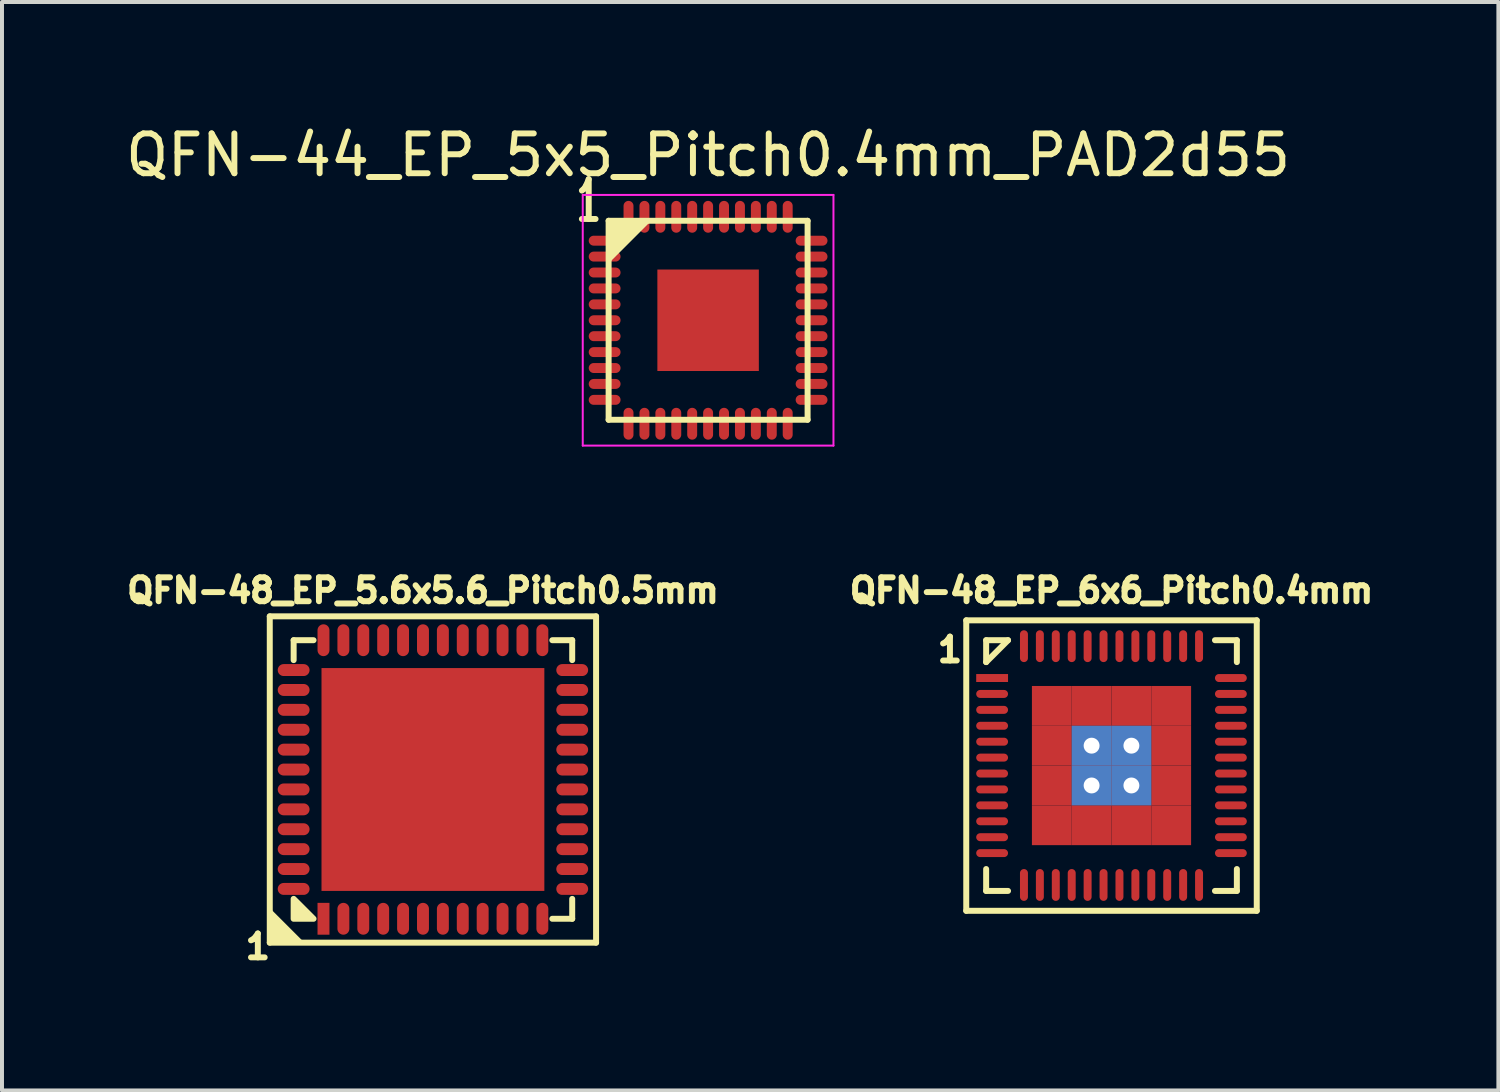
<source format=kicad_pcb>
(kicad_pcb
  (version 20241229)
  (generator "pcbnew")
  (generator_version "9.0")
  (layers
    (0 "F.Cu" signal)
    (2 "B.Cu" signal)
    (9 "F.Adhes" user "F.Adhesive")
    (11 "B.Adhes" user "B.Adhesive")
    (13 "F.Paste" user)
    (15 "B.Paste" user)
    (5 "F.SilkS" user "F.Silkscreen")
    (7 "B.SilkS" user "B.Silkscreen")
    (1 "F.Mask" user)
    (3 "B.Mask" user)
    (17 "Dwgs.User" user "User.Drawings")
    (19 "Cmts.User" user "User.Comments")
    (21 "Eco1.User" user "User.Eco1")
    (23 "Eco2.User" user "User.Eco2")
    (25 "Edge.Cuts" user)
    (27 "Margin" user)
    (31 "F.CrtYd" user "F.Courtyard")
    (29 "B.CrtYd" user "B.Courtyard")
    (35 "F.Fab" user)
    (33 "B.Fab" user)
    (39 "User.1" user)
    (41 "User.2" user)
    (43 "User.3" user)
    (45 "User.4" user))
  (footprint "QFN-48_EP_5.6x5.6_Pitch0.5mm"
    (layer "F.Cu")
    (at 7.829 16.538)
    (property "Reference" "QFN-48_EP_5.6x5.6_Pitch0.5mm" (at -0.25 -4.75 0) (layer "F.SilkS") (effects (font (size 0.6 0.6) (thickness 0.15))))
    (attr through_hole)
    (fp_line (start -4.1 -4.1) (end 4.1 -4.1) (stroke (width 0.15) (type solid)) (layer "F.SilkS"))
    (fp_line (start -4.1 4.1) (end -4.1 -4.1) (stroke (width 0.15) (type solid)) (layer "F.SilkS"))
    (fp_line (start -3.5 -3.5) (end -3 -3.5) (stroke (width 0.15) (type solid)) (layer "F.SilkS"))
    (fp_line (start -3.5 -3) (end -3.5 -3.5) (stroke (width 0.15) (type solid)) (layer "F.SilkS"))
    (fp_line (start 3 -3.5) (end 3.5 -3.5) (stroke (width 0.15) (type solid)) (layer "F.SilkS"))
    (fp_line (start 3.5 -3.5) (end 3.5 -3) (stroke (width 0.15) (type solid)) (layer "F.SilkS"))
    (fp_line (start 3.5 3) (end 3.5 3.5) (stroke (width 0.15) (type solid)) (layer "F.SilkS"))
    (fp_line (start 3.5 3.5) (end 3 3.5) (stroke (width 0.15) (type solid)) (layer "F.SilkS"))
    (fp_line (start 4.1 -4.1) (end 4.1 4.1) (stroke (width 0.15) (type solid)) (layer "F.SilkS"))
    (fp_line (start 4.1 4.1) (end -4.1 4.1) (stroke (width 0.15) (type solid)) (layer "F.SilkS"))
    (fp_poly (pts (xy -3.5 3) (xy -3 3.5) (xy -3.5 3.5)) (stroke (width 0.15) (type solid)) (fill yes) (layer "F.SilkS"))
    (fp_poly (pts (xy -4.1 4.1) (xy -4.1 3.3) (xy -3.3 4.1) (xy -3.9 4.1)) (stroke (width 0.1) (type solid)) (fill yes) (layer "F.SilkS"))
    (fp_text user "1" (at -4.4 4.2 0) (layer "F.SilkS") (effects (font (size 0.6 0.6) (thickness 0.15))))
    (pad "1" smd rect (at -2.75 3.5) (size 0.3 0.8) (layers "F.Cu" "F.Mask" "F.Paste"))
    (pad "2" smd oval (at -2.25 3.5) (size 0.3 0.8) (layers "F.Cu" "F.Mask" "F.Paste"))
    (pad "3" smd oval (at -1.75 3.5) (size 0.3 0.8) (layers "F.Cu" "F.Mask" "F.Paste"))
    (pad "4" smd oval (at -1.25 3.5) (size 0.3 0.8) (layers "F.Cu" "F.Mask" "F.Paste"))
    (pad "5" smd oval (at -0.75 3.5) (size 0.3 0.8) (layers "F.Cu" "F.Mask" "F.Paste"))
    (pad "6" smd oval (at -0.25 3.5) (size 0.3 0.8) (layers "F.Cu" "F.Mask" "F.Paste"))
    (pad "7" smd oval (at 0.25 3.5) (size 0.3 0.8) (layers "F.Cu" "F.Mask" "F.Paste"))
    (pad "8" smd oval (at 0.75 3.5) (size 0.3 0.8) (layers "F.Cu" "F.Mask" "F.Paste"))
    (pad "9" smd oval (at 1.25 3.5) (size 0.3 0.8) (layers "F.Cu" "F.Mask" "F.Paste"))
    (pad "10" smd oval (at 1.75 3.5) (size 0.3 0.8) (layers "F.Cu" "F.Mask" "F.Paste"))
    (pad "11" smd oval (at 2.25 3.5) (size 0.3 0.8) (layers "F.Cu" "F.Mask" "F.Paste"))
    (pad "12" smd oval (at 2.75 3.5) (size 0.3 0.8) (layers "F.Cu" "F.Mask" "F.Paste"))
    (pad "13" smd oval (at 3.5 2.75 90) (size 0.3 0.8) (layers "F.Cu" "F.Mask" "F.Paste"))
    (pad "14" smd oval (at 3.5 2.25 90) (size 0.3 0.8) (layers "F.Cu" "F.Mask" "F.Paste"))
    (pad "15" smd oval (at 3.5 1.75 90) (size 0.3 0.8) (layers "F.Cu" "F.Mask" "F.Paste"))
    (pad "16" smd oval (at 3.5 1.25 90) (size 0.3 0.8) (layers "F.Cu" "F.Mask" "F.Paste"))
    (pad "17" smd oval (at 3.5 0.75 90) (size 0.3 0.8) (layers "F.Cu" "F.Mask" "F.Paste"))
    (pad "18" smd oval (at 3.5 0.25 90) (size 0.3 0.8) (layers "F.Cu" "F.Mask" "F.Paste"))
    (pad "19" smd oval (at 3.5 -0.25 90) (size 0.3 0.8) (layers "F.Cu" "F.Mask" "F.Paste"))
    (pad "20" smd oval (at 3.5 -0.75 90) (size 0.3 0.8) (layers "F.Cu" "F.Mask" "F.Paste"))
    (pad "21" smd oval (at 3.5 -1.25 90) (size 0.3 0.8) (layers "F.Cu" "F.Mask" "F.Paste"))
    (pad "22" smd oval (at 3.5 -1.75 90) (size 0.3 0.8) (layers "F.Cu" "F.Mask" "F.Paste"))
    (pad "23" smd oval (at 3.5 -2.25 90) (size 0.3 0.8) (layers "F.Cu" "F.Mask" "F.Paste"))
    (pad "24" smd oval (at 3.5 -2.75 90) (size 0.3 0.8) (layers "F.Cu" "F.Mask" "F.Paste"))
    (pad "25" smd oval (at 2.75 -3.5) (size 0.3 0.8) (layers "F.Cu" "F.Mask" "F.Paste"))
    (pad "26" smd oval (at 2.25 -3.5) (size 0.3 0.8) (layers "F.Cu" "F.Mask" "F.Paste"))
    (pad "27" smd oval (at 1.75 -3.5) (size 0.3 0.8) (layers "F.Cu" "F.Mask" "F.Paste"))
    (pad "28" smd oval (at 1.25 -3.5) (size 0.3 0.8) (layers "F.Cu" "F.Mask" "F.Paste"))
    (pad "29" smd oval (at 0.75 -3.5) (size 0.3 0.8) (layers "F.Cu" "F.Mask" "F.Paste"))
    (pad "30" smd oval (at 0.25 -3.5) (size 0.3 0.8) (layers "F.Cu" "F.Mask" "F.Paste"))
    (pad "31" smd oval (at -0.25 -3.5) (size 0.3 0.8) (layers "F.Cu" "F.Mask" "F.Paste"))
    (pad "32" smd oval (at -0.75 -3.5) (size 0.3 0.8) (layers "F.Cu" "F.Mask" "F.Paste"))
    (pad "33" smd oval (at -1.25 -3.5) (size 0.3 0.8) (layers "F.Cu" "F.Mask" "F.Paste"))
    (pad "34" smd oval (at -1.75 -3.5) (size 0.3 0.8) (layers "F.Cu" "F.Mask" "F.Paste"))
    (pad "35" smd oval (at -2.25 -3.5) (size 0.3 0.8) (layers "F.Cu" "F.Mask" "F.Paste"))
    (pad "36" smd oval (at -2.75 -3.5) (size 0.3 0.8) (layers "F.Cu" "F.Mask" "F.Paste"))
    (pad "37" smd oval (at -3.5 -2.75 90) (size 0.3 0.8) (layers "F.Cu" "F.Mask" "F.Paste"))
    (pad "38" smd oval (at -3.5 -2.25 90) (size 0.3 0.8) (layers "F.Cu" "F.Mask" "F.Paste"))
    (pad "39" smd oval (at -3.5 -1.75 90) (size 0.3 0.8) (layers "F.Cu" "F.Mask" "F.Paste"))
    (pad "40" smd oval (at -3.5 -1.25 90) (size 0.3 0.8) (layers "F.Cu" "F.Mask" "F.Paste"))
    (pad "41" smd oval (at -3.5 -0.75 90) (size 0.3 0.8) (layers "F.Cu" "F.Mask" "F.Paste"))
    (pad "42" smd oval (at -3.5 -0.25 90) (size 0.3 0.8) (layers "F.Cu" "F.Mask" "F.Paste"))
    (pad "43" smd oval (at -3.5 0.25 90) (size 0.3 0.8) (layers "F.Cu" "F.Mask" "F.Paste"))
    (pad "44" smd oval (at -3.5 0.75 90) (size 0.3 0.8) (layers "F.Cu" "F.Mask" "F.Paste"))
    (pad "45" smd oval (at -3.5 1.25 90) (size 0.3 0.8) (layers "F.Cu" "F.Mask" "F.Paste"))
    (pad "46" smd oval (at -3.5 1.75 90) (size 0.3 0.8) (layers "F.Cu" "F.Mask" "F.Paste"))
    (pad "47" smd oval (at -3.5 2.25 90) (size 0.3 0.8) (layers "F.Cu" "F.Mask" "F.Paste"))
    (pad "48" smd oval (at -3.5 2.75 90) (size 0.3 0.8) (layers "F.Cu" "F.Mask" "F.Paste"))
    (pad "PAD" smd rect (at 0 0) (size 5.6 5.6) (layers "F.Cu" "F.Mask" "F.Paste")))
  (footprint "QFN-48_EP_6x6_Pitch0.4mm"
    (layer "F.Cu")
    (at 24.881 16.188)
    (property "Reference" "QFN-48_EP_6x6_Pitch0.4mm" (at 0 -4.4 0) (layer "F.SilkS") (effects (font (size 0.6 0.6) (thickness 0.15))))
    (attr smd)
    (fp_line (start -3.65 -3.65) (end 3.65 -3.65) (stroke (width 0.15) (type solid)) (layer "F.SilkS"))
    (fp_line (start -3.65 3.65) (end -3.65 -3.65) (stroke (width 0.15) (type solid)) (layer "F.SilkS"))
    (fp_line (start -3.15 -3.15) (end -2.6 -3.15) (stroke (width 0.15) (type solid)) (layer "F.SilkS"))
    (fp_line (start -3.15 -2.6) (end -3.15 -3.15) (stroke (width 0.15) (type solid)) (layer "F.SilkS"))
    (fp_line (start -3.15 3.15) (end -3.15 2.6) (stroke (width 0.15) (type solid)) (layer "F.SilkS"))
    (fp_line (start -2.6 -3.15) (end -3.15 -2.6) (stroke (width 0.15) (type solid)) (layer "F.SilkS"))
    (fp_line (start -2.6 3.15) (end -3.15 3.15) (stroke (width 0.15) (type solid)) (layer "F.SilkS"))
    (fp_line (start 2.6 -3.15) (end 3.15 -3.15) (stroke (width 0.15) (type solid)) (layer "F.SilkS"))
    (fp_line (start 2.6 3.15) (end 3.15 3.15) (stroke (width 0.15) (type solid)) (layer "F.SilkS"))
    (fp_line (start 3.15 -3.15) (end 3.15 -2.6) (stroke (width 0.15) (type solid)) (layer "F.SilkS"))
    (fp_line (start 3.15 3.15) (end 3.15 2.6) (stroke (width 0.15) (type solid)) (layer "F.SilkS"))
    (fp_line (start 3.65 -3.65) (end 3.65 3.65) (stroke (width 0.15) (type solid)) (layer "F.SilkS"))
    (fp_line (start 3.65 3.65) (end -3.65 3.65) (stroke (width 0.15) (type solid)) (layer "F.SilkS"))
    (fp_text user "1" (at -4.06 -2.91 0) (layer "F.SilkS") (effects (font (size 0.6 0.6) (thickness 0.15))))
    (pad "1" smd rect (at -3 -2.2 90) (size 0.2 0.8) (layers "F.Cu" "F.Mask" "F.Paste"))
    (pad "2" smd oval (at -3 -1.8 90) (size 0.2 0.8) (layers "F.Cu" "F.Mask" "F.Paste"))
    (pad "3" smd oval (at -3 -1.4 90) (size 0.2 0.8) (layers "F.Cu" "F.Mask" "F.Paste"))
    (pad "4" smd oval (at -3 -1 90) (size 0.2 0.8) (layers "F.Cu" "F.Mask" "F.Paste"))
    (pad "5" smd oval (at -3 -0.6 90) (size 0.2 0.8) (layers "F.Cu" "F.Mask" "F.Paste"))
    (pad "6" smd oval (at -3 -0.2 90) (size 0.2 0.8) (layers "F.Cu" "F.Mask" "F.Paste"))
    (pad "7" smd oval (at -3 0.2 90) (size 0.2 0.8) (layers "F.Cu" "F.Mask" "F.Paste"))
    (pad "8" smd oval (at -3 0.6 90) (size 0.2 0.8) (layers "F.Cu" "F.Mask" "F.Paste"))
    (pad "9" smd oval (at -3 1 90) (size 0.2 0.8) (layers "F.Cu" "F.Mask" "F.Paste"))
    (pad "10" smd oval (at -3 1.4 90) (size 0.2 0.8) (layers "F.Cu" "F.Mask" "F.Paste"))
    (pad "11" smd oval (at -3 1.8 90) (size 0.2 0.8) (layers "F.Cu" "F.Mask" "F.Paste"))
    (pad "12" smd oval (at -3 2.2 90) (size 0.2 0.8) (layers "F.Cu" "F.Mask" "F.Paste"))
    (pad "13" smd oval (at -2.2 3) (size 0.2 0.8) (layers "F.Cu" "F.Mask" "F.Paste"))
    (pad "14" smd oval (at -1.8 3) (size 0.2 0.8) (layers "F.Cu" "F.Mask" "F.Paste"))
    (pad "15" smd oval (at -1.4 3) (size 0.2 0.8) (layers "F.Cu" "F.Mask" "F.Paste"))
    (pad "16" smd oval (at -1 3) (size 0.2 0.8) (layers "F.Cu" "F.Mask" "F.Paste"))
    (pad "17" smd oval (at -0.6 3) (size 0.2 0.8) (layers "F.Cu" "F.Mask" "F.Paste"))
    (pad "18" smd oval (at -0.2 3) (size 0.2 0.8) (layers "F.Cu" "F.Mask" "F.Paste"))
    (pad "19" smd oval (at 0.2 3) (size 0.2 0.8) (layers "F.Cu" "F.Mask" "F.Paste"))
    (pad "20" smd oval (at 0.6 3) (size 0.2 0.8) (layers "F.Cu" "F.Mask" "F.Paste"))
    (pad "21" smd oval (at 1 3) (size 0.2 0.8) (layers "F.Cu" "F.Mask" "F.Paste"))
    (pad "22" smd oval (at 1.4 3) (size 0.2 0.8) (layers "F.Cu" "F.Mask" "F.Paste"))
    (pad "23" smd oval (at 1.8 3) (size 0.2 0.8) (layers "F.Cu" "F.Mask" "F.Paste"))
    (pad "24" smd oval (at 2.2 3) (size 0.2 0.8) (layers "F.Cu" "F.Mask" "F.Paste"))
    (pad "25" smd oval (at 3 2.2 90) (size 0.2 0.8) (layers "F.Cu" "F.Mask" "F.Paste"))
    (pad "26" smd oval (at 3 1.8 90) (size 0.2 0.8) (layers "F.Cu" "F.Mask" "F.Paste"))
    (pad "27" smd oval (at 3 1.4 90) (size 0.2 0.8) (layers "F.Cu" "F.Mask" "F.Paste"))
    (pad "28" smd oval (at 3 1 90) (size 0.2 0.8) (layers "F.Cu" "F.Mask" "F.Paste"))
    (pad "29" smd oval (at 3 0.6 90) (size 0.2 0.8) (layers "F.Cu" "F.Mask" "F.Paste"))
    (pad "30" smd oval (at 3 0.2 90) (size 0.2 0.8) (layers "F.Cu" "F.Mask" "F.Paste"))
    (pad "31" smd oval (at 3 -0.2 90) (size 0.2 0.8) (layers "F.Cu" "F.Mask" "F.Paste"))
    (pad "32" smd oval (at 3 -0.6 90) (size 0.2 0.8) (layers "F.Cu" "F.Mask" "F.Paste"))
    (pad "33" smd oval (at 3 -1 90) (size 0.2 0.8) (layers "F.Cu" "F.Mask" "F.Paste"))
    (pad "34" smd oval (at 3 -1.4 90) (size 0.2 0.8) (layers "F.Cu" "F.Mask" "F.Paste"))
    (pad "35" smd oval (at 3 -1.8 90) (size 0.2 0.8) (layers "F.Cu" "F.Mask" "F.Paste"))
    (pad "36" smd oval (at 3 -2.2 90) (size 0.2 0.8) (layers "F.Cu" "F.Mask" "F.Paste"))
    (pad "37" smd oval (at 2.2 -3) (size 0.2 0.8) (layers "F.Cu" "F.Mask" "F.Paste"))
    (pad "38" smd oval (at 1.8 -3) (size 0.2 0.8) (layers "F.Cu" "F.Mask" "F.Paste"))
    (pad "39" smd oval (at 1.4 -3) (size 0.2 0.8) (layers "F.Cu" "F.Mask" "F.Paste"))
    (pad "40" smd oval (at 1 -3) (size 0.2 0.8) (layers "F.Cu" "F.Mask" "F.Paste"))
    (pad "41" smd oval (at 0.6 -3) (size 0.2 0.8) (layers "F.Cu" "F.Mask" "F.Paste"))
    (pad "42" smd oval (at 0.2 -3) (size 0.2 0.8) (layers "F.Cu" "F.Mask" "F.Paste"))
    (pad "43" smd oval (at -0.2 -3) (size 0.2 0.8) (layers "F.Cu" "F.Mask" "F.Paste"))
    (pad "44" smd oval (at -0.6 -3) (size 0.2 0.8) (layers "F.Cu" "F.Mask" "F.Paste"))
    (pad "45" smd oval (at -1 -3) (size 0.2 0.8) (layers "F.Cu" "F.Mask" "F.Paste"))
    (pad "46" smd oval (at -1.4 -3) (size 0.2 0.8) (layers "F.Cu" "F.Mask" "F.Paste"))
    (pad "47" smd oval (at -1.8 -3) (size 0.2 0.8) (layers "F.Cu" "F.Mask" "F.Paste"))
    (pad "48" smd oval (at -2.2 -3) (size 0.2 0.8) (layers "F.Cu" "F.Mask" "F.Paste"))
    (pad "PAD" smd rect (at -1.5 -1.5) (size 1 1) (layers "F.Cu" "F.Mask" "F.Paste"))
    (pad "PAD" smd rect (at -1.5 -0.5) (size 1 1) (layers "F.Cu" "F.Mask" "F.Paste"))
    (pad "PAD" smd rect (at -1.5 0.5) (size 1 1) (layers "F.Cu" "F.Mask" "F.Paste"))
    (pad "PAD" smd rect (at -1.5 1.5) (size 1 1) (layers "F.Cu" "F.Mask" "F.Paste"))
    (pad "PAD" smd rect (at -0.5 -1.5) (size 1 1) (layers "F.Cu" "F.Mask" "F.Paste"))
    (pad "PAD" thru_hole rect (at -0.5 -0.5) (size 1 1) (drill 0.4) (layers "*.Cu" "F.Mask"))
    (pad "PAD" thru_hole rect (at -0.5 0.5) (size 1 1) (drill 0.4) (layers "*.Cu" "F.Mask"))
    (pad "PAD" smd rect (at -0.5 1.5) (size 1 1) (layers "F.Cu" "F.Mask" "F.Paste"))
    (pad "PAD" smd rect (at 0.5 -1.5) (size 1 1) (layers "F.Cu" "F.Mask" "F.Paste"))
    (pad "PAD" thru_hole rect (at 0.5 -0.5) (size 1 1) (drill 0.4) (layers "*.Cu" "F.Mask"))
    (pad "PAD" thru_hole rect (at 0.5 0.5) (size 1 1) (drill 0.4) (layers "*.Cu" "F.Mask"))
    (pad "PAD" smd rect (at 0.5 1.5) (size 1 1) (layers "F.Cu" "F.Mask" "F.Paste"))
    (pad "PAD" smd rect (at 1.5 -1.5) (size 1 1) (layers "F.Cu" "F.Mask" "F.Paste"))
    (pad "PAD" smd rect (at 1.5 -0.5) (size 1 1) (layers "F.Cu" "F.Mask" "F.Paste"))
    (pad "PAD" smd rect (at 1.5 0.5) (size 1 1) (layers "F.Cu" "F.Mask" "F.Paste"))
    (pad "PAD" smd rect (at 1.5 1.5) (size 1 1) (layers "F.Cu" "F.Mask" "F.Paste")))
  (footprint "QFN-44_EP_5x5_Pitch0.4mm_PAD2d55"
    (layer "F.Cu")
    (at 14.744 4.998)
    (property "Reference" "QFN-44_EP_5x5_Pitch0.4mm_PAD2d55" (at 0 -4.15 0) (layer "F.SilkS") (effects (font (size 1 1) (thickness 0.15))))
    (attr smd)
    (fp_line (start -2.5 -2.5) (end -2.5 2.5) (stroke (width 0.15) (type solid)) (layer "F.SilkS"))
    (fp_line (start -2.5 2.5) (end 2.5 2.5) (stroke (width 0.15) (type solid)) (layer "F.SilkS"))
    (fp_line (start 2.5 -2.5) (end -2.5 -2.5) (stroke (width 0.15) (type solid)) (layer "F.SilkS"))
    (fp_line (start 2.5 2.5) (end 2.5 -2.5) (stroke (width 0.15) (type solid)) (layer "F.SilkS"))
    (fp_poly (pts (xy -2.5 -1.5) (xy -2.5 -2.5) (xy -1.5 -2.5)) (stroke (width 0.1) (type solid)) (fill yes) (layer "F.SilkS"))
    (fp_line (start -3.15 -3.15) (end 3.15 -3.15) (stroke (width 0.05) (type solid)) (layer "F.CrtYd"))
    (fp_line (start -3.15 3.15) (end -3.15 -3.15) (stroke (width 0.05) (type solid)) (layer "F.CrtYd"))
    (fp_line (start 3.15 -3.15) (end 3.15 3.15) (stroke (width 0.05) (type solid)) (layer "F.CrtYd"))
    (fp_line (start 3.15 3.15) (end -3.15 3.15) (stroke (width 0.05) (type solid)) (layer "F.CrtYd"))
    (fp_text user "1" (at -3 -3 0) (unlocked yes) (layer "F.SilkS") (effects (font (size 1 0.6) (thickness 0.15))))
    (pad "1" smd oval (at -2.6 -2 90) (size 0.25 0.8) (layers "F.Cu" "F.Mask" "F.Paste"))
    (pad "2" smd oval (at -2.6 -1.6 90) (size 0.25 0.8) (layers "F.Cu" "F.Mask" "F.Paste"))
    (pad "3" smd oval (at -2.6 -1.2 90) (size 0.25 0.8) (layers "F.Cu" "F.Mask" "F.Paste"))
    (pad "4" smd oval (at -2.6 -0.8 90) (size 0.25 0.8) (layers "F.Cu" "F.Mask" "F.Paste"))
    (pad "5" smd oval (at -2.6 -0.4 90) (size 0.25 0.8) (layers "F.Cu" "F.Mask" "F.Paste"))
    (pad "6" smd oval (at -2.6 0 90) (size 0.25 0.8) (layers "F.Cu" "F.Mask" "F.Paste"))
    (pad "7" smd oval (at -2.6 0.4 90) (size 0.25 0.8) (layers "F.Cu" "F.Mask" "F.Paste"))
    (pad "8" smd oval (at -2.6 0.8 90) (size 0.25 0.8) (layers "F.Cu" "F.Mask" "F.Paste"))
    (pad "9" smd oval (at -2.6 1.2 90) (size 0.25 0.8) (layers "F.Cu" "F.Mask" "F.Paste"))
    (pad "10" smd oval (at -2.6 1.6 90) (size 0.25 0.8) (layers "F.Cu" "F.Mask" "F.Paste"))
    (pad "11" smd oval (at -2.6 2 90) (size 0.25 0.8) (layers "F.Cu" "F.Mask" "F.Paste"))
    (pad "12" smd oval (at -2 2.6) (size 0.25 0.8) (layers "F.Cu" "F.Mask" "F.Paste"))
    (pad "13" smd oval (at -1.6 2.6) (size 0.25 0.8) (layers "F.Cu" "F.Mask" "F.Paste"))
    (pad "14" smd oval (at -1.2 2.6) (size 0.25 0.8) (layers "F.Cu" "F.Mask" "F.Paste"))
    (pad "15" smd oval (at -0.8 2.6) (size 0.25 0.8) (layers "F.Cu" "F.Mask" "F.Paste"))
    (pad "16" smd oval (at -0.4 2.6) (size 0.25 0.8) (layers "F.Cu" "F.Mask" "F.Paste"))
    (pad "17" smd oval (at 0 2.6) (size 0.25 0.8) (layers "F.Cu" "F.Mask" "F.Paste"))
    (pad "18" smd oval (at 0.4 2.6) (size 0.25 0.8) (layers "F.Cu" "F.Mask" "F.Paste"))
    (pad "19" smd oval (at 0.8 2.6) (size 0.25 0.8) (layers "F.Cu" "F.Mask" "F.Paste"))
    (pad "20" smd oval (at 1.2 2.6) (size 0.25 0.8) (layers "F.Cu" "F.Mask" "F.Paste"))
    (pad "21" smd oval (at 1.6 2.6) (size 0.25 0.8) (layers "F.Cu" "F.Mask" "F.Paste"))
    (pad "22" smd oval (at 2 2.6) (size 0.25 0.8) (layers "F.Cu" "F.Mask" "F.Paste"))
    (pad "23" smd oval (at 2.6 2 90) (size 0.25 0.8) (layers "F.Cu" "F.Mask" "F.Paste"))
    (pad "24" smd oval (at 2.6 1.6 90) (size 0.25 0.8) (layers "F.Cu" "F.Mask" "F.Paste"))
    (pad "25" smd oval (at 2.6 1.2 90) (size 0.25 0.8) (layers "F.Cu" "F.Mask" "F.Paste"))
    (pad "26" smd oval (at 2.6 0.8 90) (size 0.25 0.8) (layers "F.Cu" "F.Mask" "F.Paste"))
    (pad "27" smd oval (at 2.6 0.4 90) (size 0.25 0.8) (layers "F.Cu" "F.Mask" "F.Paste"))
    (pad "28" smd oval (at 2.6 0 90) (size 0.25 0.8) (layers "F.Cu" "F.Mask" "F.Paste"))
    (pad "29" smd oval (at 2.6 -0.4 90) (size 0.25 0.8) (layers "F.Cu" "F.Mask" "F.Paste"))
    (pad "30" smd oval (at 2.6 -0.8 90) (size 0.25 0.8) (layers "F.Cu" "F.Mask" "F.Paste"))
    (pad "31" smd oval (at 2.6 -1.2 90) (size 0.25 0.8) (layers "F.Cu" "F.Mask" "F.Paste"))
    (pad "32" smd oval (at 2.6 -1.6 90) (size 0.25 0.8) (layers "F.Cu" "F.Mask" "F.Paste"))
    (pad "33" smd oval (at 2.6 -2 90) (size 0.25 0.8) (layers "F.Cu" "F.Mask" "F.Paste"))
    (pad "34" smd oval (at 2 -2.6) (size 0.25 0.8) (layers "F.Cu" "F.Mask" "F.Paste"))
    (pad "35" smd oval (at 1.6 -2.6) (size 0.25 0.8) (layers "F.Cu" "F.Mask" "F.Paste"))
    (pad "36" smd oval (at 1.2 -2.6) (size 0.25 0.8) (layers "F.Cu" "F.Mask" "F.Paste"))
    (pad "37" smd oval (at 0.8 -2.6) (size 0.25 0.8) (layers "F.Cu" "F.Mask" "F.Paste"))
    (pad "38" smd oval (at 0.4 -2.6) (size 0.25 0.8) (layers "F.Cu" "F.Mask" "F.Paste"))
    (pad "39" smd oval (at 0 -2.6) (size 0.25 0.8) (layers "F.Cu" "F.Mask" "F.Paste"))
    (pad "40" smd oval (at -0.4 -2.6) (size 0.25 0.8) (layers "F.Cu" "F.Mask" "F.Paste"))
    (pad "41" smd oval (at -0.8 -2.6) (size 0.25 0.8) (layers "F.Cu" "F.Mask" "F.Paste"))
    (pad "42" smd oval (at -1.2 -2.6) (size 0.25 0.8) (layers "F.Cu" "F.Mask" "F.Paste"))
    (pad "43" smd oval (at -1.6 -2.6) (size 0.25 0.8) (layers "F.Cu" "F.Mask" "F.Paste"))
    (pad "44" smd oval (at -2 -2.6) (size 0.25 0.8) (layers "F.Cu" "F.Mask" "F.Paste"))
    (pad "PAD" smd rect (at 0 0) (size 2.55 2.55) (layers "F.Cu" "F.Mask" "F.Paste")))
  (gr_rect
    (start -3 -3)
    (end 34.603 24.352)
    (stroke (width 0.1) (type default))
    (fill no)
    (layer "Edge.Cuts")))
</source>
